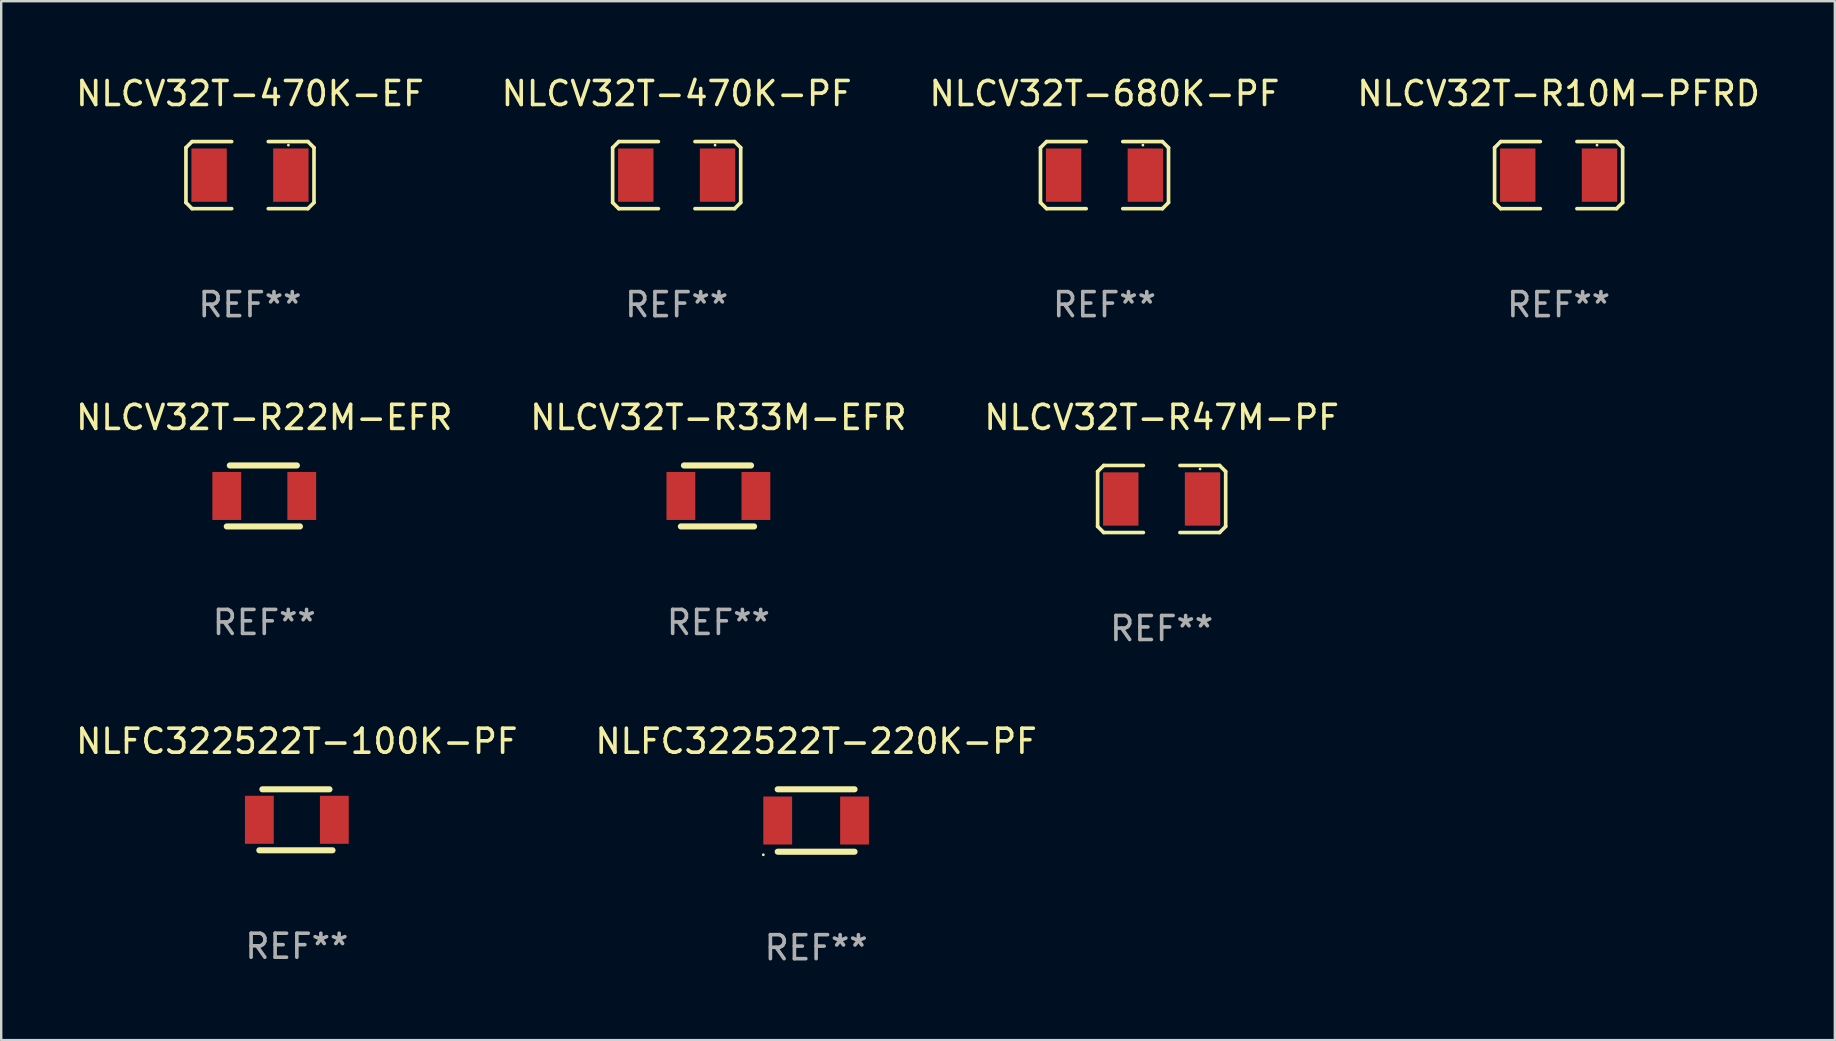
<source format=kicad_pcb>
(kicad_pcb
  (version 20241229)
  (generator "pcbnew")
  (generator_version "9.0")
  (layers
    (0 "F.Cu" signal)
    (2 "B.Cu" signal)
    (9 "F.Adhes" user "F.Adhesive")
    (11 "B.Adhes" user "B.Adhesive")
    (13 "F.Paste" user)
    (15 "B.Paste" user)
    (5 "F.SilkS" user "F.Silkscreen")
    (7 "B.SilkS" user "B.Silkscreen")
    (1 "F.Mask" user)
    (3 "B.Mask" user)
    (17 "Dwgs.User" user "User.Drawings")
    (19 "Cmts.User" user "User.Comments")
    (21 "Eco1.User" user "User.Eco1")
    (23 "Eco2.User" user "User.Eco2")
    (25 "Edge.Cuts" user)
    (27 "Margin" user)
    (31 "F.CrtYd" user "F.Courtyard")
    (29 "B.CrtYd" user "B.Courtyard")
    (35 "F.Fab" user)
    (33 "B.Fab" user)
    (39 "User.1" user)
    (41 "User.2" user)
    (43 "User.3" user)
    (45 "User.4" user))
  (footprint "NLCV32T-R47M-PF"
    (layer "F.Cu")
    (at 45.339 17.736)
    (property "Reference" "NLCV32T-R47M-PF" (at 0 -3.397 0) (layer "F.SilkS") (effects (font (size 1 1) (thickness 0.15))))
    (attr through_hole)
    (fp_line (start -2.667 -1.143) (end -2.413 -1.397) (stroke (width 0.152) (type solid)) (layer "F.SilkS"))
    (fp_line (start -2.667 1.143) (end -2.667 -1.143) (stroke (width 0.152) (type solid)) (layer "F.SilkS"))
    (fp_line (start -2.413 -1.397) (end -0.762 -1.397) (stroke (width 0.152) (type solid)) (layer "F.SilkS"))
    (fp_line (start -2.413 1.397) (end -2.667 1.143) (stroke (width 0.152) (type solid)) (layer "F.SilkS"))
    (fp_line (start -0.762 1.397) (end -2.413 1.397) (stroke (width 0.152) (type solid)) (layer "F.SilkS"))
    (fp_line (start 0.762 -1.397) (end 2.413 -1.397) (stroke (width 0.152) (type solid)) (layer "F.SilkS"))
    (fp_line (start 2.413 -1.397) (end 2.667 -1.143) (stroke (width 0.152) (type solid)) (layer "F.SilkS"))
    (fp_line (start 2.413 1.397) (end 0.762 1.397) (stroke (width 0.152) (type solid)) (layer "F.SilkS"))
    (fp_line (start 2.667 -1.143) (end 2.667 1.143) (stroke (width 0.152) (type solid)) (layer "F.SilkS"))
    (fp_line (start 2.667 1.143) (end 2.413 1.397) (stroke (width 0.152) (type solid)) (layer "F.SilkS"))
    (fp_circle (center 1.6 -1.25) (end 1.63 -1.25) (stroke (width 0.06) (type solid)) (fill no) (layer "F.SilkS"))
    (fp_text user "REF**" (at 0 5.397 0) (layer "F.Fab") (effects (font (size 1 1) (thickness 0.15))))
    (pad "1" smd rect (at 1.703 0) (size 1.474 2.22) (layers "F.Cu" "F.Mask" "F.Paste"))
    (pad "2" smd rect (at -1.703 0) (size 1.474 2.22) (layers "F.Cu" "F.Mask" "F.Paste")))
  (footprint "NLCV32T-R33M-EFR"
    (layer "F.Cu")
    (at 26.875 17.609)
    (property "Reference" "NLCV32T-R33M-EFR" (at 0 -3.27 0) (layer "F.SilkS") (effects (font (size 1 1) (thickness 0.15))))
    (attr through_hole)
    (fp_line (start -1.562 1.27) (end 1.486 1.27) (stroke (width 0.254) (type solid)) (layer "F.SilkS"))
    (fp_line (start -1.435 -1.27) (end 1.359 -1.27) (stroke (width 0.254) (type solid)) (layer "F.SilkS"))
    (fp_circle (center -1.6 1.25) (end -1.57 1.25) (stroke (width 0.06) (type solid)) (fill no) (layer "F.SilkS"))
    (fp_text user "REF**" (at 0 5.27 0) (layer "F.Fab") (effects (font (size 1 1) (thickness 0.15))))
    (pad "1" smd rect (at -1.562 0 180) (size 1.2 2) (layers "F.Cu" "F.Mask" "F.Paste"))
    (pad "2" smd rect (at 1.562 0 180) (size 1.2 2) (layers "F.Cu" "F.Mask" "F.Paste")))
  (footprint "NLCV32T-680K-PF"
    (layer "F.Cu")
    (at 42.958 4.245)
    (property "Reference" "NLCV32T-680K-PF" (at 0 -3.397 0) (layer "F.SilkS") (effects (font (size 1 1) (thickness 0.15))))
    (attr through_hole)
    (fp_line (start -2.667 -1.143) (end -2.413 -1.397) (stroke (width 0.152) (type solid)) (layer "F.SilkS"))
    (fp_line (start -2.667 1.143) (end -2.667 -1.143) (stroke (width 0.152) (type solid)) (layer "F.SilkS"))
    (fp_line (start -2.413 -1.397) (end -0.762 -1.397) (stroke (width 0.152) (type solid)) (layer "F.SilkS"))
    (fp_line (start -2.413 1.397) (end -2.667 1.143) (stroke (width 0.152) (type solid)) (layer "F.SilkS"))
    (fp_line (start -0.762 1.397) (end -2.413 1.397) (stroke (width 0.152) (type solid)) (layer "F.SilkS"))
    (fp_line (start 0.762 -1.397) (end 2.413 -1.397) (stroke (width 0.152) (type solid)) (layer "F.SilkS"))
    (fp_line (start 2.413 -1.397) (end 2.667 -1.143) (stroke (width 0.152) (type solid)) (layer "F.SilkS"))
    (fp_line (start 2.413 1.397) (end 0.762 1.397) (stroke (width 0.152) (type solid)) (layer "F.SilkS"))
    (fp_line (start 2.667 -1.143) (end 2.667 1.143) (stroke (width 0.152) (type solid)) (layer "F.SilkS"))
    (fp_line (start 2.667 1.143) (end 2.413 1.397) (stroke (width 0.152) (type solid)) (layer "F.SilkS"))
    (fp_circle (center 1.6 -1.25) (end 1.63 -1.25) (stroke (width 0.06) (type solid)) (fill no) (layer "F.SilkS"))
    (fp_text user "REF**" (at 0 5.397 0) (layer "F.Fab") (effects (font (size 1 1) (thickness 0.15))))
    (pad "1" smd rect (at 1.703 0) (size 1.474 2.22) (layers "F.Cu" "F.Mask" "F.Paste"))
    (pad "2" smd rect (at -1.703 0) (size 1.474 2.22) (layers "F.Cu" "F.Mask" "F.Paste")))
  (footprint "NLCV32T-470K-PF"
    (layer "F.Cu")
    (at 25.137 4.245)
    (property "Reference" "NLCV32T-470K-PF" (at 0 -3.397 0) (layer "F.SilkS") (effects (font (size 1 1) (thickness 0.15))))
    (attr through_hole)
    (fp_line (start -2.667 -1.143) (end -2.413 -1.397) (stroke (width 0.152) (type solid)) (layer "F.SilkS"))
    (fp_line (start -2.667 1.143) (end -2.667 -1.143) (stroke (width 0.152) (type solid)) (layer "F.SilkS"))
    (fp_line (start -2.413 -1.397) (end -0.762 -1.397) (stroke (width 0.152) (type solid)) (layer "F.SilkS"))
    (fp_line (start -2.413 1.397) (end -2.667 1.143) (stroke (width 0.152) (type solid)) (layer "F.SilkS"))
    (fp_line (start -0.762 1.397) (end -2.413 1.397) (stroke (width 0.152) (type solid)) (layer "F.SilkS"))
    (fp_line (start 0.762 -1.397) (end 2.413 -1.397) (stroke (width 0.152) (type solid)) (layer "F.SilkS"))
    (fp_line (start 2.413 -1.397) (end 2.667 -1.143) (stroke (width 0.152) (type solid)) (layer "F.SilkS"))
    (fp_line (start 2.413 1.397) (end 0.762 1.397) (stroke (width 0.152) (type solid)) (layer "F.SilkS"))
    (fp_line (start 2.667 -1.143) (end 2.667 1.143) (stroke (width 0.152) (type solid)) (layer "F.SilkS"))
    (fp_line (start 2.667 1.143) (end 2.413 1.397) (stroke (width 0.152) (type solid)) (layer "F.SilkS"))
    (fp_circle (center 1.6 -1.25) (end 1.63 -1.25) (stroke (width 0.06) (type solid)) (fill no) (layer "F.SilkS"))
    (fp_text user "REF**" (at 0 5.397 0) (layer "F.Fab") (effects (font (size 1 1) (thickness 0.15))))
    (pad "1" smd rect (at 1.703 0) (size 1.474 2.22) (layers "F.Cu" "F.Mask" "F.Paste"))
    (pad "2" smd rect (at -1.703 0) (size 1.474 2.22) (layers "F.Cu" "F.Mask" "F.Paste")))
  (footprint "NLFC322522T-100K-PF"
    (layer "F.Cu")
    (at 9.315 31.099)
    (property "Reference" "NLFC322522T-100K-PF" (at 0 -3.27 0) (layer "F.SilkS") (effects (font (size 1 1) (thickness 0.15))))
    (attr through_hole)
    (fp_line (start -1.562 1.27) (end 1.486 1.27) (stroke (width 0.254) (type solid)) (layer "F.SilkS"))
    (fp_line (start -1.435 -1.27) (end 1.359 -1.27) (stroke (width 0.254) (type solid)) (layer "F.SilkS"))
    (fp_circle (center -1.6 1.25) (end -1.57 1.25) (stroke (width 0.06) (type solid)) (fill no) (layer "F.SilkS"))
    (fp_text user "REF**" (at 0 5.27 0) (layer "F.Fab") (effects (font (size 1 1) (thickness 0.15))))
    (pad "1" smd rect (at -1.562 0 180) (size 1.2 2) (layers "F.Cu" "F.Mask" "F.Paste"))
    (pad "2" smd rect (at 1.562 0 180) (size 1.2 2) (layers "F.Cu" "F.Mask" "F.Paste")))
  (footprint "NLCV32T-R22M-EFR"
    (layer "F.Cu")
    (at 7.958 17.609)
    (property "Reference" "NLCV32T-R22M-EFR" (at 0 -3.27 0) (layer "F.SilkS") (effects (font (size 1 1) (thickness 0.15))))
    (attr through_hole)
    (fp_line (start -1.562 1.27) (end 1.486 1.27) (stroke (width 0.254) (type solid)) (layer "F.SilkS"))
    (fp_line (start -1.435 -1.27) (end 1.359 -1.27) (stroke (width 0.254) (type solid)) (layer "F.SilkS"))
    (fp_circle (center -1.6 1.25) (end -1.57 1.25) (stroke (width 0.06) (type solid)) (fill no) (layer "F.SilkS"))
    (fp_text user "REF**" (at 0 5.27 0) (layer "F.Fab") (effects (font (size 1 1) (thickness 0.15))))
    (pad "1" smd rect (at -1.562 0 180) (size 1.2 2) (layers "F.Cu" "F.Mask" "F.Paste"))
    (pad "2" smd rect (at 1.562 0 180) (size 1.2 2) (layers "F.Cu" "F.Mask" "F.Paste")))
  (footprint "NLCV32T-R10M-PFRD"
    (layer "F.Cu")
    (at 61.875 4.245)
    (property "Reference" "NLCV32T-R10M-PFRD" (at 0 -3.397 0) (layer "F.SilkS") (effects (font (size 1 1) (thickness 0.15))))
    (attr through_hole)
    (fp_line (start -2.667 -1.143) (end -2.413 -1.397) (stroke (width 0.152) (type solid)) (layer "F.SilkS"))
    (fp_line (start -2.667 1.143) (end -2.667 -1.143) (stroke (width 0.152) (type solid)) (layer "F.SilkS"))
    (fp_line (start -2.413 -1.397) (end -0.762 -1.397) (stroke (width 0.152) (type solid)) (layer "F.SilkS"))
    (fp_line (start -2.413 1.397) (end -2.667 1.143) (stroke (width 0.152) (type solid)) (layer "F.SilkS"))
    (fp_line (start -0.762 1.397) (end -2.413 1.397) (stroke (width 0.152) (type solid)) (layer "F.SilkS"))
    (fp_line (start 0.762 -1.397) (end 2.413 -1.397) (stroke (width 0.152) (type solid)) (layer "F.SilkS"))
    (fp_line (start 2.413 -1.397) (end 2.667 -1.143) (stroke (width 0.152) (type solid)) (layer "F.SilkS"))
    (fp_line (start 2.413 1.397) (end 0.762 1.397) (stroke (width 0.152) (type solid)) (layer "F.SilkS"))
    (fp_line (start 2.667 -1.143) (end 2.667 1.143) (stroke (width 0.152) (type solid)) (layer "F.SilkS"))
    (fp_line (start 2.667 1.143) (end 2.413 1.397) (stroke (width 0.152) (type solid)) (layer "F.SilkS"))
    (fp_circle (center 1.6 -1.25) (end 1.63 -1.25) (stroke (width 0.06) (type solid)) (fill no) (layer "F.SilkS"))
    (fp_text user "REF**" (at 0 5.397 0) (layer "F.Fab") (effects (font (size 1 1) (thickness 0.15))))
    (pad "1" smd rect (at 1.703 0) (size 1.474 2.22) (layers "F.Cu" "F.Mask" "F.Paste"))
    (pad "2" smd rect (at -1.703 0) (size 1.474 2.22) (layers "F.Cu" "F.Mask" "F.Paste")))
  (footprint "NLFC322522T-220K-PF"
    (layer "F.Cu")
    (at 30.946 31.129)
    (property "Reference" "NLFC322522T-220K-PF" (at 0 -3.3 0) (layer "F.SilkS") (effects (font (size 1 1) (thickness 0.15))))
    (attr through_hole)
    (fp_line (start -1.6 -1.3) (end 1.6 -1.3) (stroke (width 0.254) (type solid)) (layer "F.SilkS"))
    (fp_line (start -1.6 1.3) (end 1.6 1.3) (stroke (width 0.254) (type solid)) (layer "F.SilkS"))
    (fp_circle (center -2.2 1.427) (end -2.17 1.427) (stroke (width 0.06) (type solid)) (fill no) (layer "F.SilkS"))
    (fp_text user "REF**" (at 0 5.3 0) (layer "F.Fab") (effects (font (size 1 1) (thickness 0.15))))
    (pad "1" smd rect (at -1.6 0 90) (size 2 1.2) (layers "F.Cu" "F.Mask" "F.Paste"))
    (pad "2" smd rect (at 1.6 0 90) (size 2 1.2) (layers "F.Cu" "F.Mask" "F.Paste")))
  (footprint "NLCV32T-470K-EF"
    (layer "F.Cu")
    (at 7.363 4.245)
    (property "Reference" "NLCV32T-470K-EF" (at 0 -3.397 0) (layer "F.SilkS") (effects (font (size 1 1) (thickness 0.15))))
    (attr through_hole)
    (fp_line (start -2.667 -1.143) (end -2.413 -1.397) (stroke (width 0.152) (type solid)) (layer "F.SilkS"))
    (fp_line (start -2.667 1.143) (end -2.667 -1.143) (stroke (width 0.152) (type solid)) (layer "F.SilkS"))
    (fp_line (start -2.413 -1.397) (end -0.762 -1.397) (stroke (width 0.152) (type solid)) (layer "F.SilkS"))
    (fp_line (start -2.413 1.397) (end -2.667 1.143) (stroke (width 0.152) (type solid)) (layer "F.SilkS"))
    (fp_line (start -0.762 1.397) (end -2.413 1.397) (stroke (width 0.152) (type solid)) (layer "F.SilkS"))
    (fp_line (start 0.762 -1.397) (end 2.413 -1.397) (stroke (width 0.152) (type solid)) (layer "F.SilkS"))
    (fp_line (start 2.413 -1.397) (end 2.667 -1.143) (stroke (width 0.152) (type solid)) (layer "F.SilkS"))
    (fp_line (start 2.413 1.397) (end 0.762 1.397) (stroke (width 0.152) (type solid)) (layer "F.SilkS"))
    (fp_line (start 2.667 -1.143) (end 2.667 1.143) (stroke (width 0.152) (type solid)) (layer "F.SilkS"))
    (fp_line (start 2.667 1.143) (end 2.413 1.397) (stroke (width 0.152) (type solid)) (layer "F.SilkS"))
    (fp_circle (center 1.6 -1.25) (end 1.63 -1.25) (stroke (width 0.06) (type solid)) (fill no) (layer "F.SilkS"))
    (fp_text user "REF**" (at 0 5.397 0) (layer "F.Fab") (effects (font (size 1 1) (thickness 0.15))))
    (pad "1" smd rect (at 1.703 0) (size 1.474 2.22) (layers "F.Cu" "F.Mask" "F.Paste"))
    (pad "2" smd rect (at -1.703 0) (size 1.474 2.22) (layers "F.Cu" "F.Mask" "F.Paste")))
  (gr_rect
    (start -3 -3)
    (end 73.381 40.278)
    (stroke (width 0.1) (type default))
    (fill no)
    (layer "Edge.Cuts")))
</source>
